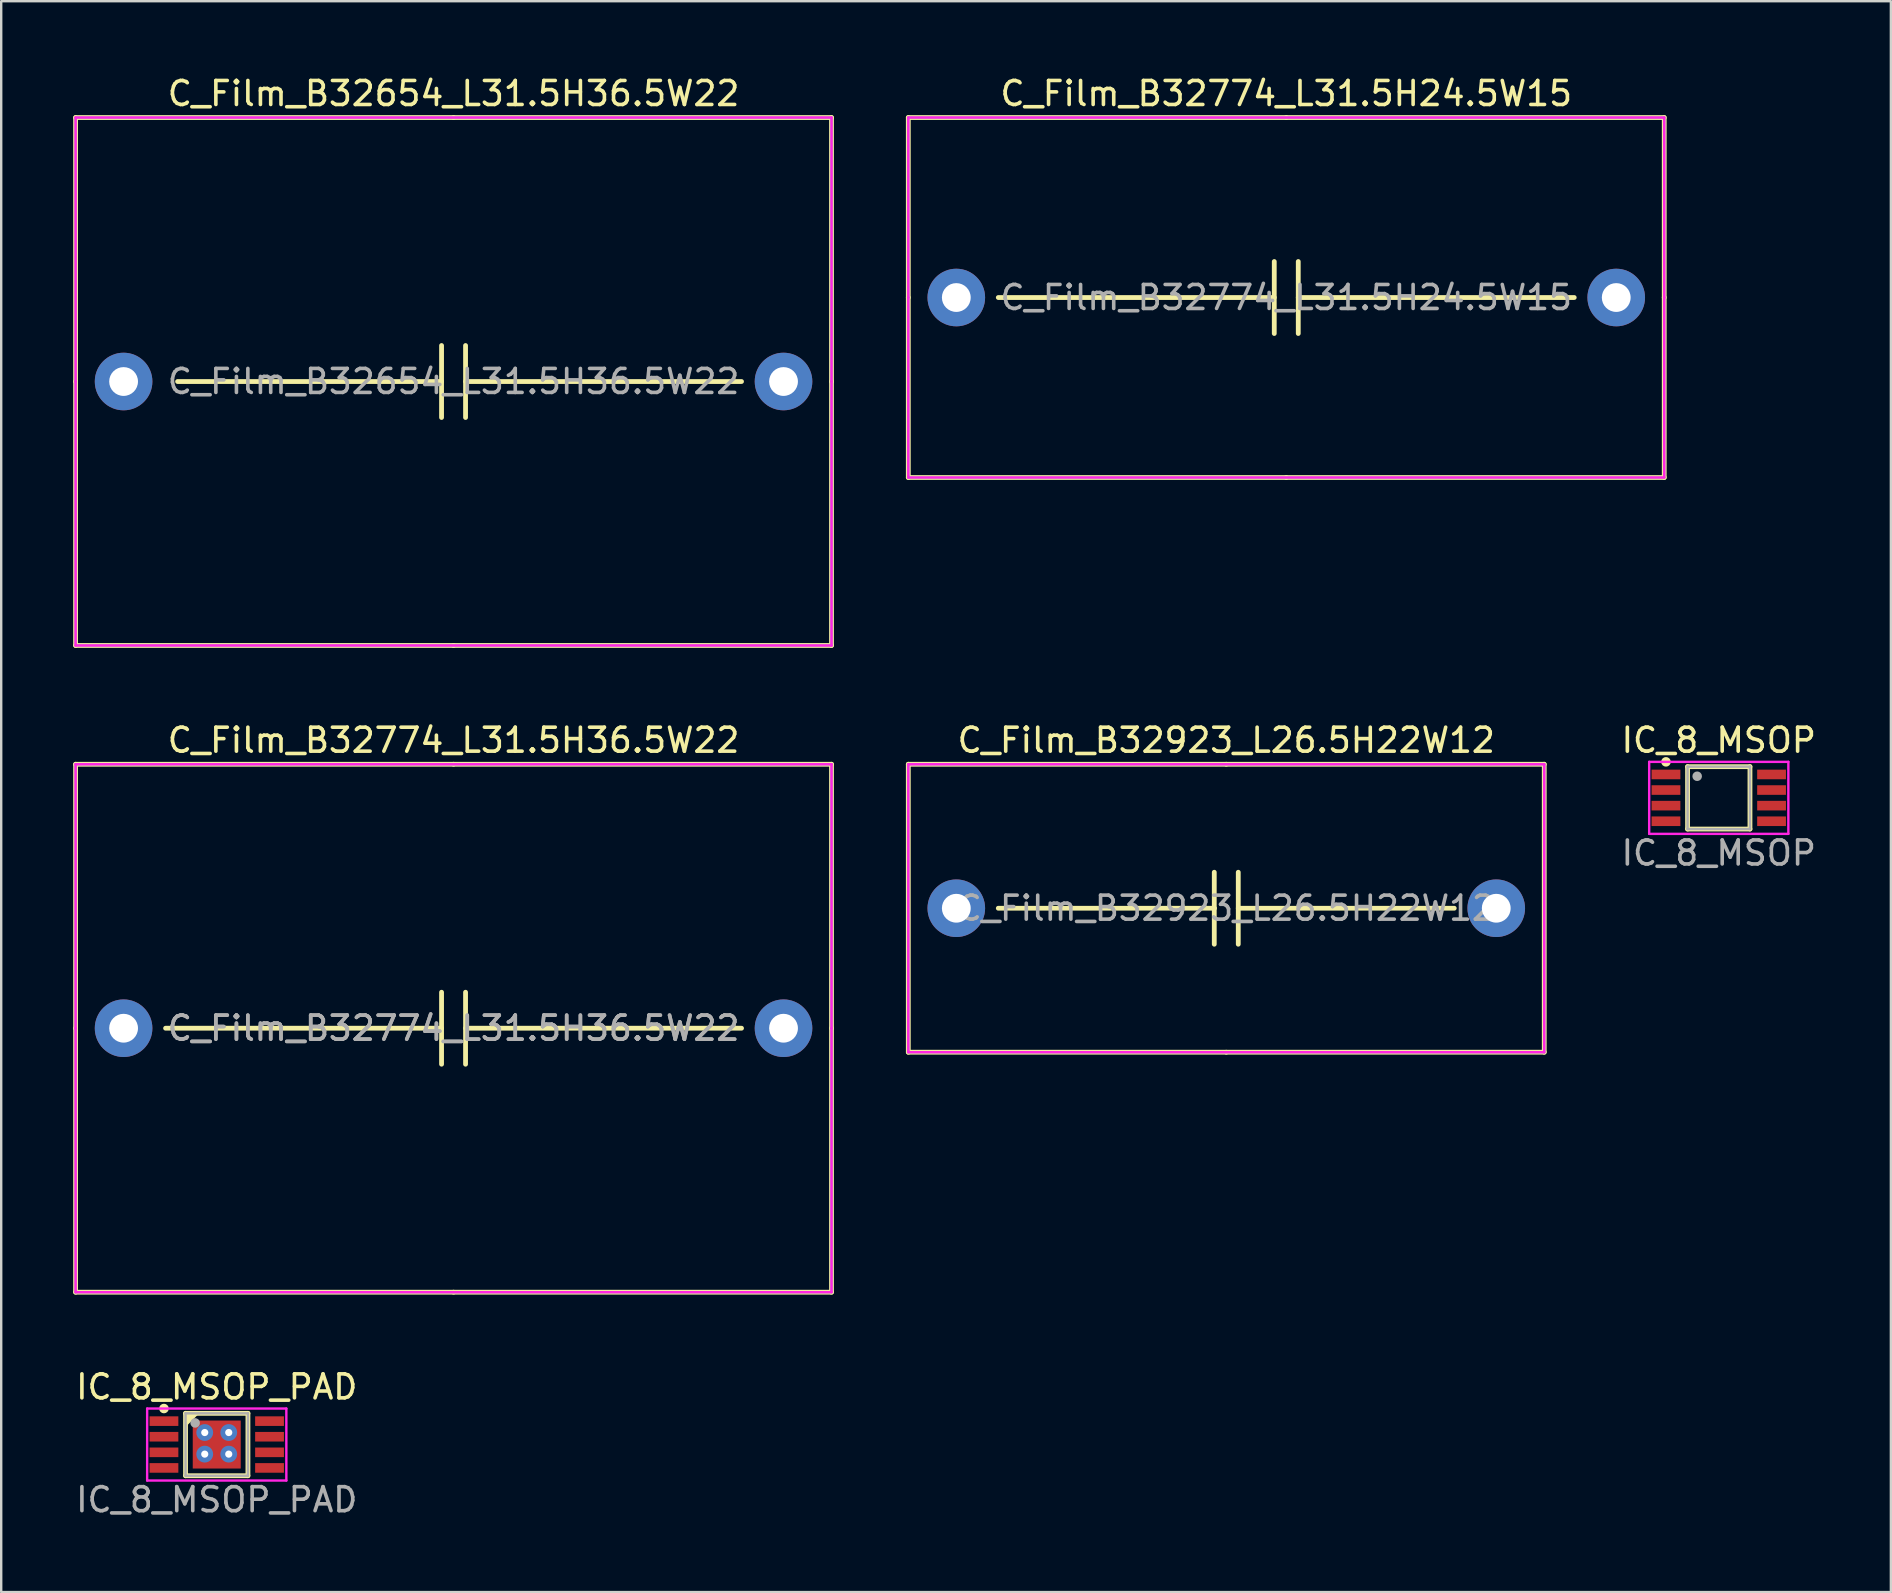
<source format=kicad_pcb>
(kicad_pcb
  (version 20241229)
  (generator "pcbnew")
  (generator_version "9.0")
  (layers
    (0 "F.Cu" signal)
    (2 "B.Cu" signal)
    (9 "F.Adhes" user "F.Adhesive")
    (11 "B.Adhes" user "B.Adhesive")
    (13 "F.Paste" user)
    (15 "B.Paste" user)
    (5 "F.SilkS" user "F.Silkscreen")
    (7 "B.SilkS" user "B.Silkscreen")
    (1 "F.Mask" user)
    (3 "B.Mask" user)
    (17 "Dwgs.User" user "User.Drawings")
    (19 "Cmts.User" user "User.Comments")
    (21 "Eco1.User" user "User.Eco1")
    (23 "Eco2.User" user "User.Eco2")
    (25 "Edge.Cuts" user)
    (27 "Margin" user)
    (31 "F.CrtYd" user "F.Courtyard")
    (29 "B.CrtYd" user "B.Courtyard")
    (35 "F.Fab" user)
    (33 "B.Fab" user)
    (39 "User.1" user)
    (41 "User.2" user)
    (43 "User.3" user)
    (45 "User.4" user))
  (footprint "IC_8_MSOP"
    (layer "F.Cu")
    (at 68.573 30.197)
    (property "Reference" "IC_8_MSOP" (at 0 -2.4 0) (layer "F.SilkS") (effects (font (size 1 1) (thickness 0.15))))
    (attr through_hole)
    (fp_line (start -1.3 -1.3) (end 1.3 -1.3) (stroke (width 0.2) (type solid)) (layer "F.SilkS"))
    (fp_line (start -1.3 1.3) (end -1.3 -1.3) (stroke (width 0.2) (type solid)) (layer "F.SilkS"))
    (fp_line (start 1.3 -1.3) (end 1.3 1.3) (stroke (width 0.2) (type solid)) (layer "F.SilkS"))
    (fp_line (start 1.3 1.3) (end -1.3 1.3) (stroke (width 0.2) (type solid)) (layer "F.SilkS"))
    (fp_circle (center -2.2 -1.5) (end -2.1 -1.5) (stroke (width 0.2) (type solid)) (fill no) (layer "F.SilkS"))
    (fp_line (start -2.9 -1.5) (end -2.9 1.5) (stroke (width 0.1) (type solid)) (layer "F.CrtYd"))
    (fp_line (start -2.9 1.5) (end 2.9 1.5) (stroke (width 0.1) (type solid)) (layer "F.CrtYd"))
    (fp_line (start 2.9 -1.5) (end -2.9 -1.5) (stroke (width 0.1) (type solid)) (layer "F.CrtYd"))
    (fp_line (start 2.9 1.5) (end 2.9 -1.5) (stroke (width 0.1) (type solid)) (layer "F.CrtYd"))
    (fp_line (start -1.3 -1.3) (end 1.3 -1.3) (stroke (width 0.1) (type solid)) (layer "F.Fab"))
    (fp_line (start -1.3 1.3) (end -1.3 -1.3) (stroke (width 0.1) (type solid)) (layer "F.Fab"))
    (fp_line (start 1.3 -1.3) (end 1.3 1.3) (stroke (width 0.1) (type solid)) (layer "F.Fab"))
    (fp_line (start 1.3 1.3) (end -1.3 1.3) (stroke (width 0.1) (type solid)) (layer "F.Fab"))
    (fp_circle (center -0.9 -0.9) (end -0.8 -0.9) (stroke (width 0.2) (type solid)) (fill no) (layer "F.Fab"))
    (fp_text user "${REFERENCE}" (at 0 2.3 0) (layer "F.Fab") (effects (font (size 1 1) (thickness 0.15))))
    (pad "1" smd rect (at -2.2 -0.975) (size 1.2 0.4) (layers "F.Cu" "F.Mask" "F.Paste"))
    (pad "2" smd rect (at -2.2 -0.325) (size 1.2 0.4) (layers "F.Cu" "F.Mask" "F.Paste"))
    (pad "3" smd rect (at -2.2 0.325) (size 1.2 0.4) (layers "F.Cu" "F.Mask" "F.Paste"))
    (pad "4" smd rect (at -2.2 0.975) (size 1.2 0.4) (layers "F.Cu" "F.Mask" "F.Paste"))
    (pad "5" smd rect (at 2.2 0.975) (size 1.2 0.4) (layers "F.Cu" "F.Mask" "F.Paste"))
    (pad "6" smd rect (at 2.2 0.325) (size 1.2 0.4) (layers "F.Cu" "F.Mask" "F.Paste"))
    (pad "7" smd rect (at 2.2 -0.325) (size 1.2 0.4) (layers "F.Cu" "F.Mask" "F.Paste"))
    (pad "8" smd rect (at 2.2 -0.975) (size 1.2 0.4) (layers "F.Cu" "F.Mask" "F.Paste")))
  (footprint "C_Film_B32654_L31.5H36.5W22"
    (layer "F.Cu")
    (at 15.85 12.848)
    (property "Reference" "C_Film_B32654_L31.5H36.5W22" (at 0 -12 0) (layer "F.SilkS") (effects (font (size 1 1) (thickness 0.15))))
    (attr through_hole)
    (fp_line (start -15.75 -11) (end 0 -11) (stroke (width 0.2) (type solid)) (layer "F.SilkS"))
    (fp_line (start -15.75 0) (end -15.75 -11) (stroke (width 0.2) (type solid)) (layer "F.SilkS"))
    (fp_line (start -15.75 11) (end -15.75 0) (stroke (width 0.2) (type solid)) (layer "F.SilkS"))
    (fp_line (start -11.5 0) (end -0.5 0) (stroke (width 0.2) (type solid)) (layer "F.SilkS"))
    (fp_line (start -0.5 1.5) (end -0.5 -1.5) (stroke (width 0.2) (type solid)) (layer "F.SilkS"))
    (fp_line (start 0 -11) (end 15.75 -11) (stroke (width 0.2) (type solid)) (layer "F.SilkS"))
    (fp_line (start 0 11) (end -15.75 11) (stroke (width 0.2) (type solid)) (layer "F.SilkS"))
    (fp_line (start 0.5 0) (end 12 0) (stroke (width 0.2) (type solid)) (layer "F.SilkS"))
    (fp_line (start 0.5 1.5) (end 0.5 -1.5) (stroke (width 0.2) (type solid)) (layer "F.SilkS"))
    (fp_line (start 15.75 -11) (end 15.75 0) (stroke (width 0.2) (type solid)) (layer "F.SilkS"))
    (fp_line (start 15.75 0) (end 15.75 11) (stroke (width 0.2) (type solid)) (layer "F.SilkS"))
    (fp_line (start 15.75 11) (end 0 11) (stroke (width 0.2) (type solid)) (layer "F.SilkS"))
    (fp_line (start -15.75 -11) (end 15.75 -11) (stroke (width 0.1) (type solid)) (layer "F.CrtYd"))
    (fp_line (start -15.75 0) (end -15.75 -11) (stroke (width 0.1) (type solid)) (layer "F.CrtYd"))
    (fp_line (start -15.75 11) (end -15.75 0) (stroke (width 0.1) (type solid)) (layer "F.CrtYd"))
    (fp_line (start 15.75 -11) (end 15.75 0) (stroke (width 0.1) (type solid)) (layer "F.CrtYd"))
    (fp_line (start 15.75 0) (end 15.75 11) (stroke (width 0.1) (type solid)) (layer "F.CrtYd"))
    (fp_line (start 15.75 11) (end -15.75 11) (stroke (width 0.1) (type solid)) (layer "F.CrtYd"))
    (fp_line (start -15.75 -11) (end 15.75 -11) (stroke (width 0.1) (type solid)) (layer "F.Fab"))
    (fp_line (start -15.75 0) (end -15.75 -11) (stroke (width 0.1) (type solid)) (layer "F.Fab"))
    (fp_line (start -15.75 11) (end -15.75 0) (stroke (width 0.1) (type solid)) (layer "F.Fab"))
    (fp_line (start 15.75 -11) (end 15.75 0) (stroke (width 0.1) (type solid)) (layer "F.Fab"))
    (fp_line (start 15.75 0) (end 15.75 11) (stroke (width 0.1) (type solid)) (layer "F.Fab"))
    (fp_line (start 15.75 11) (end -15.75 11) (stroke (width 0.1) (type solid)) (layer "F.Fab"))
    (fp_text user "${REFERENCE}" (at 0 0 0) (layer "F.Fab") (effects (font (size 1 1) (thickness 0.15))))
    (pad "1" thru_hole circle (at -13.75 0) (size 2.4 2.4) (drill 1.2) (layers "*.Cu" "*.Mask"))
    (pad "2" thru_hole circle (at 13.75 0 180) (size 2.4 2.4) (drill 1.2) (layers "*.Cu" "*.Mask")))
  (footprint "C_Film_B32774_L31.5H24.5W15"
    (layer "F.Cu")
    (at 50.55 9.348)
    (property "Reference" "C_Film_B32774_L31.5H24.5W15" (at 0 -8.5 0) (layer "F.SilkS") (effects (font (size 1 1) (thickness 0.15))))
    (attr through_hole)
    (fp_line (start -15.75 -7.5) (end -15.75 0) (stroke (width 0.2) (type solid)) (layer "F.SilkS"))
    (fp_line (start -15.75 -7.5) (end 0 -7.5) (stroke (width 0.2) (type solid)) (layer "F.SilkS"))
    (fp_line (start -15.75 0) (end -15.75 7.5) (stroke (width 0.2) (type solid)) (layer "F.SilkS"))
    (fp_line (start -12 0) (end -0.5 0) (stroke (width 0.2) (type solid)) (layer "F.SilkS"))
    (fp_line (start -0.5 1.5) (end -0.5 -1.5) (stroke (width 0.2) (type solid)) (layer "F.SilkS"))
    (fp_line (start 0 -7.5) (end 15.75 -7.5) (stroke (width 0.2) (type solid)) (layer "F.SilkS"))
    (fp_line (start 0 7.5) (end -15.75 7.5) (stroke (width 0.2) (type solid)) (layer "F.SilkS"))
    (fp_line (start 0.5 0) (end 12 0) (stroke (width 0.2) (type solid)) (layer "F.SilkS"))
    (fp_line (start 0.5 1.5) (end 0.5 -1.5) (stroke (width 0.2) (type solid)) (layer "F.SilkS"))
    (fp_line (start 15.75 -7.5) (end 15.75 0) (stroke (width 0.2) (type solid)) (layer "F.SilkS"))
    (fp_line (start 15.75 0) (end 15.75 7.5) (stroke (width 0.2) (type solid)) (layer "F.SilkS"))
    (fp_line (start 15.75 7.5) (end 0 7.5) (stroke (width 0.2) (type solid)) (layer "F.SilkS"))
    (fp_line (start -15.75 -7.5) (end -15.75 0) (stroke (width 0.1) (type solid)) (layer "F.CrtYd"))
    (fp_line (start -15.75 -7.5) (end 15.75 -7.5) (stroke (width 0.1) (type solid)) (layer "F.CrtYd"))
    (fp_line (start -15.75 0) (end -15.75 7.5) (stroke (width 0.1) (type solid)) (layer "F.CrtYd"))
    (fp_line (start 15.75 -7.5) (end 15.75 0) (stroke (width 0.1) (type solid)) (layer "F.CrtYd"))
    (fp_line (start 15.75 0) (end 15.75 7.5) (stroke (width 0.1) (type solid)) (layer "F.CrtYd"))
    (fp_line (start 15.75 7.5) (end -15.75 7.5) (stroke (width 0.1) (type solid)) (layer "F.CrtYd"))
    (fp_line (start -15.75 -7.5) (end -15.75 0) (stroke (width 0.1) (type solid)) (layer "F.Fab"))
    (fp_line (start -15.75 -7.5) (end 15.75 -7.5) (stroke (width 0.1) (type solid)) (layer "F.Fab"))
    (fp_line (start -15.75 0) (end -15.75 7.5) (stroke (width 0.1) (type solid)) (layer "F.Fab"))
    (fp_line (start 15.75 -7.5) (end 15.75 0) (stroke (width 0.1) (type solid)) (layer "F.Fab"))
    (fp_line (start 15.75 0) (end 15.75 7.5) (stroke (width 0.1) (type solid)) (layer "F.Fab"))
    (fp_line (start 15.75 7.5) (end -15.75 7.5) (stroke (width 0.1) (type solid)) (layer "F.Fab"))
    (fp_text user "${REFERENCE}" (at 0 0 0) (layer "F.Fab") (effects (font (size 1 1) (thickness 0.15))))
    (pad "1" thru_hole circle (at -13.75 0) (size 2.4 2.4) (drill 1.2) (layers "*.Cu" "*.Mask"))
    (pad "2" thru_hole circle (at 13.75 0 180) (size 2.4 2.4) (drill 1.2) (layers "*.Cu" "*.Mask")))
  (footprint "IC_8_MSOP_PAD"
    (layer "F.Cu")
    (at 5.982 57.145)
    (property "Reference" "IC_8_MSOP_PAD" (at 0 -2.4 0) (layer "F.SilkS") (effects (font (size 1 1) (thickness 0.15))))
    (attr through_hole)
    (fp_line (start -1.3 -1.3) (end 1.3 -1.3) (stroke (width 0.2) (type solid)) (layer "F.SilkS"))
    (fp_line (start -1.3 1.3) (end -1.3 -1.3) (stroke (width 0.2) (type solid)) (layer "F.SilkS"))
    (fp_line (start 1.3 -1.3) (end 1.3 1.3) (stroke (width 0.2) (type solid)) (layer "F.SilkS"))
    (fp_line (start 1.3 1.3) (end -1.3 1.3) (stroke (width 0.2) (type solid)) (layer "F.SilkS"))
    (fp_circle (center -2.2 -1.5) (end -2.1 -1.5) (stroke (width 0.2) (type solid)) (fill no) (layer "F.SilkS"))
    (fp_poly (pts (xy -1.3 -0.8) (xy -1.3 -1.3) (xy -0.8 -1.3)) (stroke (width 0.1) (type solid)) (fill yes) (layer "F.SilkS"))
    (fp_line (start -2.9 -1.5) (end -2.9 1.5) (stroke (width 0.1) (type solid)) (layer "F.CrtYd"))
    (fp_line (start -2.9 1.5) (end 2.9 1.5) (stroke (width 0.1) (type solid)) (layer "F.CrtYd"))
    (fp_line (start 2.9 -1.5) (end -2.9 -1.5) (stroke (width 0.1) (type solid)) (layer "F.CrtYd"))
    (fp_line (start 2.9 1.5) (end 2.9 -1.5) (stroke (width 0.1) (type solid)) (layer "F.CrtYd"))
    (fp_line (start -1.3 -1.3) (end 1.3 -1.3) (stroke (width 0.1) (type solid)) (layer "F.Fab"))
    (fp_line (start -1.3 1.3) (end -1.3 -1.3) (stroke (width 0.1) (type solid)) (layer "F.Fab"))
    (fp_line (start 1.3 -1.3) (end 1.3 1.3) (stroke (width 0.1) (type solid)) (layer "F.Fab"))
    (fp_line (start 1.3 1.3) (end -1.3 1.3) (stroke (width 0.1) (type solid)) (layer "F.Fab"))
    (fp_circle (center -0.9 -0.9) (end -0.8 -0.9) (stroke (width 0.2) (type solid)) (fill no) (layer "F.Fab"))
    (fp_text user "${REFERENCE}" (at 0 2.3 0) (layer "F.Fab") (effects (font (size 1 1) (thickness 0.15))))
    (pad "0" thru_hole circle (at -0.5 -0.5) (size 0.7 0.7) (drill 0.3) (layers "*.Cu" "*.Mask"))
    (pad "0" thru_hole circle (at -0.5 0.4 90) (size 0.7 0.7) (drill 0.3) (layers "*.Cu" "*.Mask"))
    (pad "0" smd rect (at 0 0) (size 2 2) (layers "F.Cu" "F.Mask" "F.Paste"))
    (pad "0" thru_hole circle (at 0.5 -0.5 270) (size 0.7 0.7) (drill 0.3) (layers "*.Cu" "*.Mask"))
    (pad "0" thru_hole circle (at 0.5 0.4 180) (size 0.7 0.7) (drill 0.3) (layers "*.Cu" "*.Mask"))
    (pad "1" smd rect (at -2.2 -0.975) (size 1.2 0.4) (layers "F.Cu" "F.Mask" "F.Paste"))
    (pad "2" smd rect (at -2.2 -0.325) (size 1.2 0.4) (layers "F.Cu" "F.Mask" "F.Paste"))
    (pad "3" smd rect (at -2.2 0.325) (size 1.2 0.4) (layers "F.Cu" "F.Mask" "F.Paste"))
    (pad "4" smd rect (at -2.2 0.975) (size 1.2 0.4) (layers "F.Cu" "F.Mask" "F.Paste"))
    (pad "5" smd rect (at 2.2 0.975) (size 1.2 0.4) (layers "F.Cu" "F.Mask" "F.Paste"))
    (pad "6" smd rect (at 2.2 0.325) (size 1.2 0.4) (layers "F.Cu" "F.Mask" "F.Paste"))
    (pad "7" smd rect (at 2.2 -0.325) (size 1.2 0.4) (layers "F.Cu" "F.Mask" "F.Paste"))
    (pad "8" smd rect (at 2.2 -0.975) (size 1.2 0.4) (layers "F.Cu" "F.Mask" "F.Paste")))
  (footprint "C_Film_B32923_L26.5H22W12"
    (layer "F.Cu")
    (at 48.05 34.797)
    (property "Reference" "C_Film_B32923_L26.5H22W12" (at 0 -7 0) (layer "F.SilkS") (effects (font (size 1 1) (thickness 0.15))))
    (attr through_hole)
    (fp_line (start -13.25 -6) (end 0 -6) (stroke (width 0.2) (type solid)) (layer "F.SilkS"))
    (fp_line (start -13.25 6) (end -13.25 -6) (stroke (width 0.2) (type solid)) (layer "F.SilkS"))
    (fp_line (start -9.5 0) (end -0.5 0) (stroke (width 0.2) (type solid)) (layer "F.SilkS"))
    (fp_line (start -0.5 0) (end -0.5 -1.5) (stroke (width 0.2) (type solid)) (layer "F.SilkS"))
    (fp_line (start -0.5 0) (end -0.5 1.5) (stroke (width 0.2) (type solid)) (layer "F.SilkS"))
    (fp_line (start 0 -6) (end 13.25 -6) (stroke (width 0.2) (type solid)) (layer "F.SilkS"))
    (fp_line (start 0 6) (end -13.25 6) (stroke (width 0.2) (type solid)) (layer "F.SilkS"))
    (fp_line (start 0.5 0) (end 9.5 0) (stroke (width 0.2) (type solid)) (layer "F.SilkS"))
    (fp_line (start 0.5 1.5) (end 0.5 -1.5) (stroke (width 0.2) (type solid)) (layer "F.SilkS"))
    (fp_line (start 13.25 -6) (end 13.25 6) (stroke (width 0.2) (type solid)) (layer "F.SilkS"))
    (fp_line (start 13.25 6) (end 0 6) (stroke (width 0.2) (type solid)) (layer "F.SilkS"))
    (fp_line (start -13.25 -6) (end 13.25 -6) (stroke (width 0.1) (type solid)) (layer "F.CrtYd"))
    (fp_line (start -13.25 6) (end -13.25 -6) (stroke (width 0.1) (type solid)) (layer "F.CrtYd"))
    (fp_line (start 13.25 -6) (end 13.25 6) (stroke (width 0.1) (type solid)) (layer "F.CrtYd"))
    (fp_line (start 13.25 6) (end -13.25 6) (stroke (width 0.1) (type solid)) (layer "F.CrtYd"))
    (fp_line (start -13.25 -6) (end 13.25 -6) (stroke (width 0.1) (type solid)) (layer "F.Fab"))
    (fp_line (start -13.25 6) (end -13.25 -6) (stroke (width 0.1) (type solid)) (layer "F.Fab"))
    (fp_line (start 13.25 -6) (end 13.25 6) (stroke (width 0.1) (type solid)) (layer "F.Fab"))
    (fp_line (start 13.25 6) (end -13.25 6) (stroke (width 0.1) (type solid)) (layer "F.Fab"))
    (fp_text user "${REFERENCE}" (at 0 0 0) (layer "F.Fab") (effects (font (size 1 1) (thickness 0.15))))
    (pad "1" thru_hole circle (at -11.25 0) (size 2.4 2.4) (drill 1.2) (layers "*.Cu" "*.Mask"))
    (pad "2" thru_hole circle (at 11.25 0 180) (size 2.4 2.4) (drill 1.2) (layers "*.Cu" "*.Mask")))
  (footprint "C_Film_B32774_L31.5H36.5W22"
    (layer "F.Cu")
    (at 15.85 39.797)
    (property "Reference" "C_Film_B32774_L31.5H36.5W22" (at 0 -12 0) (layer "F.SilkS") (effects (font (size 1 1) (thickness 0.15))))
    (attr through_hole)
    (fp_line (start -15.75 -11) (end -15.75 0) (stroke (width 0.2) (type solid)) (layer "F.SilkS"))
    (fp_line (start -15.75 -11) (end 0 -11) (stroke (width 0.2) (type solid)) (layer "F.SilkS"))
    (fp_line (start -15.75 0) (end -15.75 11) (stroke (width 0.2) (type solid)) (layer "F.SilkS"))
    (fp_line (start -12 0) (end -0.5 0) (stroke (width 0.2) (type solid)) (layer "F.SilkS"))
    (fp_line (start -0.5 1.5) (end -0.5 -1.5) (stroke (width 0.2) (type solid)) (layer "F.SilkS"))
    (fp_line (start 0 -11) (end 15.75 -11) (stroke (width 0.2) (type solid)) (layer "F.SilkS"))
    (fp_line (start 0 11) (end -15.75 11) (stroke (width 0.2) (type solid)) (layer "F.SilkS"))
    (fp_line (start 0.5 0) (end 12 0) (stroke (width 0.2) (type solid)) (layer "F.SilkS"))
    (fp_line (start 0.5 1.5) (end 0.5 -1.5) (stroke (width 0.2) (type solid)) (layer "F.SilkS"))
    (fp_line (start 15.75 -11) (end 15.75 0) (stroke (width 0.2) (type solid)) (layer "F.SilkS"))
    (fp_line (start 15.75 0) (end 15.75 11) (stroke (width 0.2) (type solid)) (layer "F.SilkS"))
    (fp_line (start 15.75 11) (end 0 11) (stroke (width 0.2) (type solid)) (layer "F.SilkS"))
    (fp_line (start -15.75 -11) (end -15.75 0) (stroke (width 0.1) (type solid)) (layer "F.CrtYd"))
    (fp_line (start -15.75 -11) (end 15.75 -11) (stroke (width 0.1) (type solid)) (layer "F.CrtYd"))
    (fp_line (start -15.75 0) (end -15.75 11) (stroke (width 0.1) (type solid)) (layer "F.CrtYd"))
    (fp_line (start 15.75 -11) (end 15.75 0) (stroke (width 0.1) (type solid)) (layer "F.CrtYd"))
    (fp_line (start 15.75 0) (end 15.75 11) (stroke (width 0.1) (type solid)) (layer "F.CrtYd"))
    (fp_line (start 15.75 11) (end -15.75 11) (stroke (width 0.1) (type solid)) (layer "F.CrtYd"))
    (fp_line (start -15.75 -11) (end -15.75 0) (stroke (width 0.1) (type solid)) (layer "F.Fab"))
    (fp_line (start -15.75 -11) (end 15.75 -11) (stroke (width 0.1) (type solid)) (layer "F.Fab"))
    (fp_line (start -15.75 0) (end -15.75 11) (stroke (width 0.1) (type solid)) (layer "F.Fab"))
    (fp_line (start 15.75 -11) (end 15.75 0) (stroke (width 0.1) (type solid)) (layer "F.Fab"))
    (fp_line (start 15.75 0) (end 15.75 11) (stroke (width 0.1) (type solid)) (layer "F.Fab"))
    (fp_line (start 15.75 11) (end -15.75 11) (stroke (width 0.1) (type solid)) (layer "F.Fab"))
    (fp_text user "${REFERENCE}" (at 0 0 0) (layer "F.Fab") (effects (font (size 1 1) (thickness 0.15))))
    (fp_text user "${REFERENCE}" (at 0 0 0) (layer "F.Fab") (effects (font (size 1 1) (thickness 0.15))))
    (pad "1" thru_hole circle (at -13.75 0) (size 2.4 2.4) (drill 1.2) (layers "*.Cu" "*.Mask"))
    (pad "2" thru_hole circle (at 13.75 0 180) (size 2.4 2.4) (drill 1.2) (layers "*.Cu" "*.Mask")))
  (gr_rect
    (start -3 -3)
    (end 75.745 63.293)
    (stroke (width 0.1) (type default))
    (fill no)
    (layer "Edge.Cuts")))
</source>
